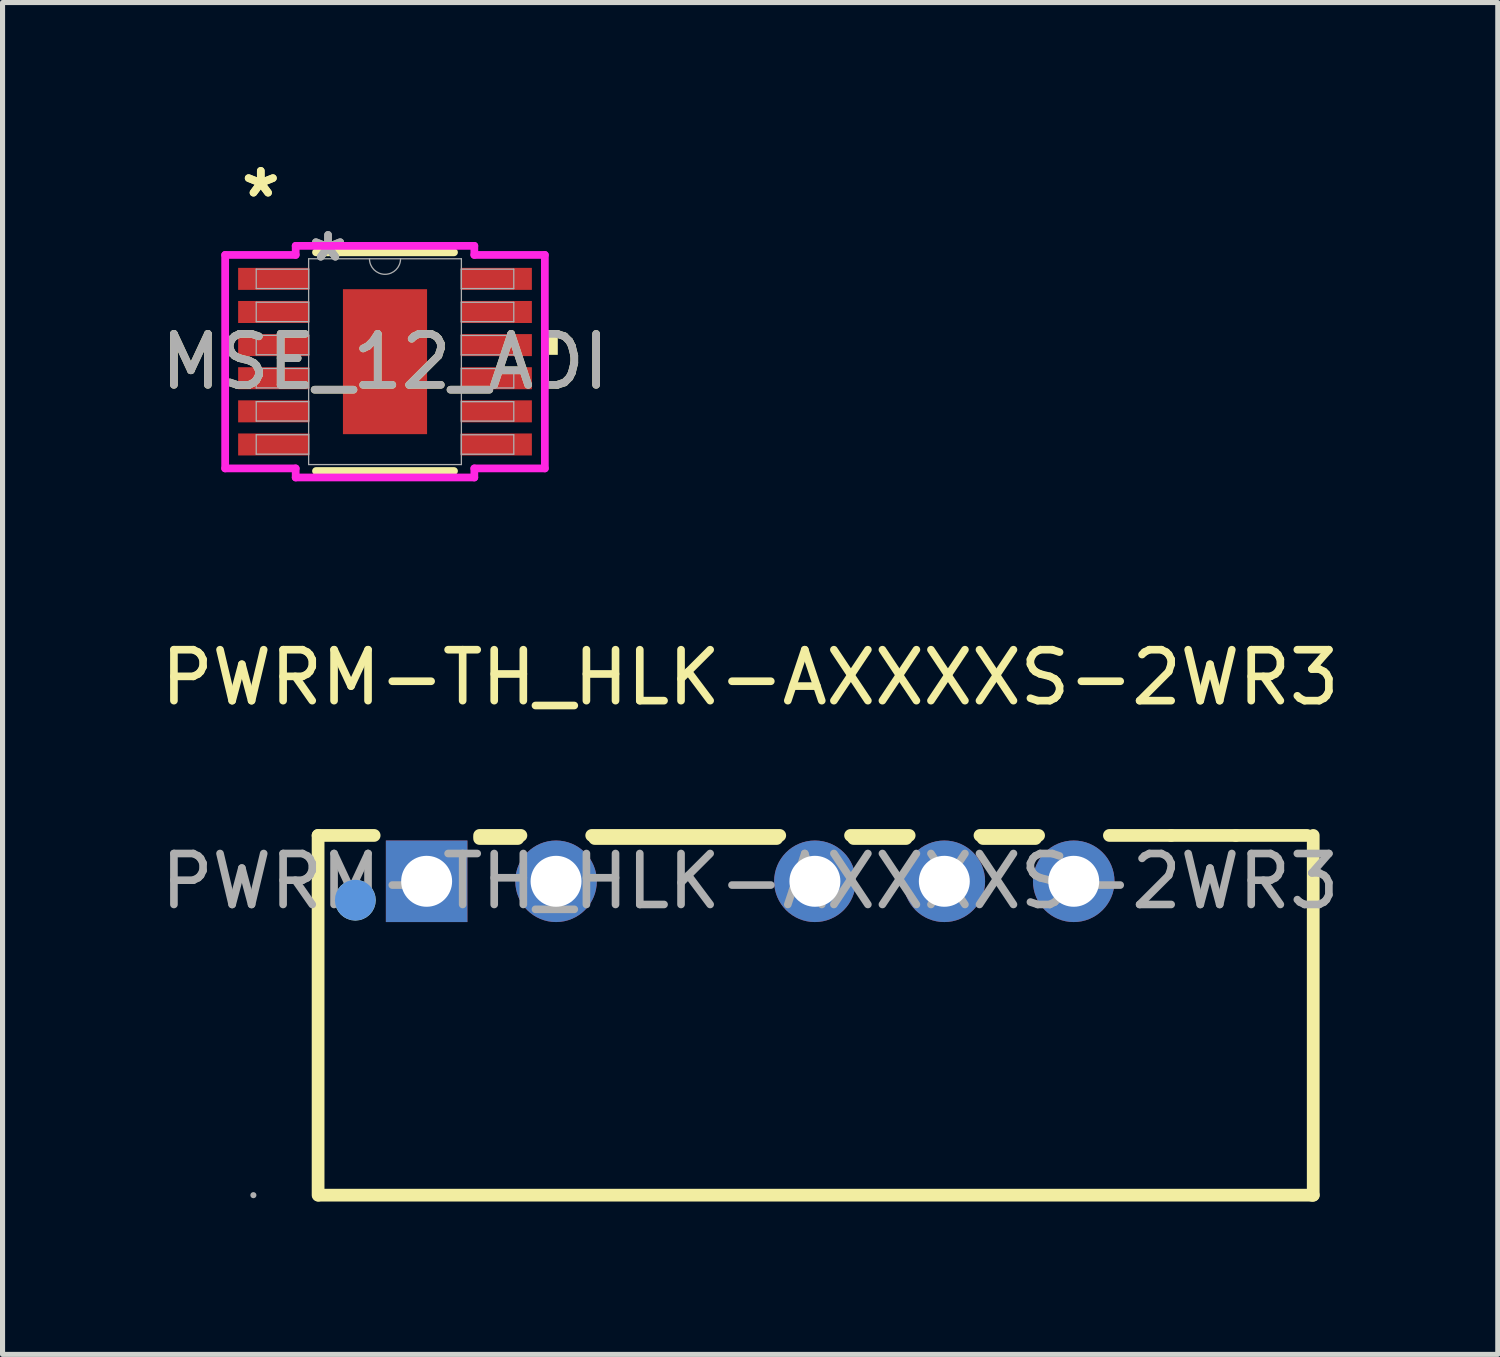
<source format=kicad_pcb>
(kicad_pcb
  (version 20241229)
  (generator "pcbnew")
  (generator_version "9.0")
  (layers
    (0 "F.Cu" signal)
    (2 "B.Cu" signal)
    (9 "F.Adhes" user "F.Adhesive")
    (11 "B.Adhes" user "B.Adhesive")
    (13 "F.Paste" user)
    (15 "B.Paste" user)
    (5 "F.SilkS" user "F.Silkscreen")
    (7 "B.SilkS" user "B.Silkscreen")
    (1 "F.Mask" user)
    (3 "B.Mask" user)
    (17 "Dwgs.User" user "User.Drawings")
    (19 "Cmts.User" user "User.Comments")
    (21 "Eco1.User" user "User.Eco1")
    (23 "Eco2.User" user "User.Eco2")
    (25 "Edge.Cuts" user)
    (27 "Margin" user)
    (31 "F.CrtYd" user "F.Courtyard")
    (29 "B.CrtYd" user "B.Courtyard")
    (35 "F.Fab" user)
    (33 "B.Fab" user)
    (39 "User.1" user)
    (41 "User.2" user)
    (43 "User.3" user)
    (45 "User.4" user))
  (footprint "PWRM-TH_HLK-AXXXXS-2WR3"
    (layer "F.Cu")
    (at 11.673 14.246)
    (property "Reference" "PWRM-TH_HLK-AXXXXS-2WR3" (at 0 -4 0) (layer "F.SilkS") (effects (font (size 1 1) (thickness 0.15))))
    (attr through_hole)
    (fp_line (start -8.48 -0.9) (end -7.38 -0.9) (stroke (width 0.25) (type solid)) (layer "F.SilkS"))
    (fp_line (start -8.48 6.16) (end -8.48 -0.9) (stroke (width 0.25) (type solid)) (layer "F.SilkS"))
    (fp_line (start -8.47 6.16) (end 11.02 6.16) (stroke (width 0.25) (type solid)) (layer "F.SilkS"))
    (fp_line (start -5.31 -0.9) (end -4.5 -0.9) (stroke (width 0.25) (type solid)) (layer "F.SilkS"))
    (fp_line (start -4.56 -0.84) (end -5.31 -0.84) (stroke (width 0.25) (type solid)) (layer "F.SilkS"))
    (fp_line (start -3.11 -0.9) (end 0.58 -0.9) (stroke (width 0.25) (type solid)) (layer "F.SilkS"))
    (fp_line (start 0.52 -0.84) (end -3.05 -0.84) (stroke (width 0.25) (type solid)) (layer "F.SilkS"))
    (fp_line (start 1.97 -0.9) (end 3.12 -0.9) (stroke (width 0.25) (type solid)) (layer "F.SilkS"))
    (fp_line (start 3.06 -0.84) (end 2.03 -0.84) (stroke (width 0.25) (type solid)) (layer "F.SilkS"))
    (fp_line (start 4.51 -0.9) (end 5.66 -0.9) (stroke (width 0.25) (type solid)) (layer "F.SilkS"))
    (fp_line (start 5.6 -0.84) (end 4.57 -0.84) (stroke (width 0.25) (type solid)) (layer "F.SilkS"))
    (fp_line (start 7.05 -0.9) (end 8.26 -0.9) (stroke (width 0.25) (type solid)) (layer "F.SilkS"))
    (fp_line (start 8.26 -0.9) (end 9.53 -0.9) (stroke (width 0.25) (type solid)) (layer "F.SilkS"))
    (fp_line (start 9.53 -0.9) (end 10.93 -0.9) (stroke (width 0.25) (type solid)) (layer "F.SilkS"))
    (fp_line (start 11.02 6.16) (end 11.05 6.16) (stroke (width 0.25) (type solid)) (layer "F.SilkS"))
    (fp_line (start 11.05 6.16) (end 11.05 -0.9) (stroke (width 0.25) (type solid)) (layer "F.SilkS"))
    (fp_circle (center -7.75 0.37) (end -7.55 0.37) (stroke (width 0.4) (type solid)) (fill no) (layer "F.SilkS"))
    (fp_circle (center -7.75 0.37) (end -7.55 0.37) (stroke (width 0.4) (type solid)) (fill no) (layer "Cmts.User"))
    (fp_circle (center -9.75 6.16) (end -9.72 6.16) (stroke (width 0.06) (type solid)) (fill no) (layer "F.Fab"))
    (fp_text user "${REFERENCE}" (at 0 0 0) (layer "F.Fab") (effects (font (size 1 1) (thickness 0.15))))
    (pad "1" thru_hole rect (at -6.35 0) (size 1.6 1.6) (drill 1) (layers "*.Cu" "*.Mask"))
    (pad "2" thru_hole circle (at -3.81 0) (size 1.6 1.6) (drill 1) (layers "*.Cu" "*.Mask"))
    (pad "4" thru_hole circle (at 1.27 0) (size 1.6 1.6) (drill 1) (layers "*.Cu" "*.Mask"))
    (pad "5" thru_hole circle (at 3.81 0) (size 1.6 1.6) (drill 1) (layers "*.Cu" "*.Mask"))
    (pad "6" thru_hole circle (at 6.35 0) (size 1.6 1.6) (drill 1) (layers "*.Cu" "*.Mask")))
  (footprint "MSE_12_ADI"
    (layer "F.Cu")
    (at 4.506 4.048)
    (property "Reference" "MSE_12_ADI" (at 0 0 0) (unlocked yes) (layer "F.SilkS") (effects (font (size 1 1) (thickness 0.15))))
    (attr smd)
    (fp_line (start -1.354 2.146) (end 1.354 2.146) (stroke (width 0.152) (type solid)) (layer "F.SilkS"))
    (fp_line (start 1.354 -2.146) (end -1.354 -2.146) (stroke (width 0.152) (type solid)) (layer "F.SilkS"))
    (fp_poly (pts (xy 3.391 -0.515) (xy 3.391 -0.134) (xy 3.137 -0.134) (xy 3.137 -0.515)) (stroke (width 0) (type solid)) (fill yes) (layer "F.SilkS"))
    (fp_poly (pts (xy -0.726 -1.322) (xy -0.726 -0.1) (xy 0.726 -0.1) (xy 0.726 -1.322)) (stroke (width 0) (type solid)) (fill yes) (layer "F.Paste"))
    (fp_poly (pts (xy -0.726 0.1) (xy -0.726 1.322) (xy 0.726 1.322) (xy 0.726 0.1)) (stroke (width 0) (type solid)) (fill yes) (layer "F.Paste"))
    (fp_line (start -3.137 -2.095) (end -1.753 -2.095) (stroke (width 0.152) (type solid)) (layer "F.CrtYd"))
    (fp_line (start -3.137 2.095) (end -3.137 -2.095) (stroke (width 0.152) (type solid)) (layer "F.CrtYd"))
    (fp_line (start -3.137 2.095) (end -1.753 2.095) (stroke (width 0.152) (type solid)) (layer "F.CrtYd"))
    (fp_line (start -1.753 -2.273) (end 1.753 -2.273) (stroke (width 0.152) (type solid)) (layer "F.CrtYd"))
    (fp_line (start -1.753 -2.095) (end -1.753 -2.273) (stroke (width 0.152) (type solid)) (layer "F.CrtYd"))
    (fp_line (start -1.753 2.273) (end -1.753 2.095) (stroke (width 0.152) (type solid)) (layer "F.CrtYd"))
    (fp_line (start 1.753 -2.273) (end 1.753 -2.095) (stroke (width 0.152) (type solid)) (layer "F.CrtYd"))
    (fp_line (start 1.753 2.095) (end 1.753 2.273) (stroke (width 0.152) (type solid)) (layer "F.CrtYd"))
    (fp_line (start 1.753 2.273) (end -1.753 2.273) (stroke (width 0.152) (type solid)) (layer "F.CrtYd"))
    (fp_line (start 3.137 -2.095) (end 1.753 -2.095) (stroke (width 0.152) (type solid)) (layer "F.CrtYd"))
    (fp_line (start 3.137 -2.095) (end 3.137 2.095) (stroke (width 0.152) (type solid)) (layer "F.CrtYd"))
    (fp_line (start 3.137 2.095) (end 1.753 2.095) (stroke (width 0.152) (type solid)) (layer "F.CrtYd"))
    (fp_line (start -2.527 -1.816) (end -2.527 -1.435) (stroke (width 0.025) (type solid)) (layer "F.Fab"))
    (fp_line (start -2.527 -1.435) (end -1.499 -1.435) (stroke (width 0.025) (type solid)) (layer "F.Fab"))
    (fp_line (start -2.527 -1.166) (end -2.527 -0.785) (stroke (width 0.025) (type solid)) (layer "F.Fab"))
    (fp_line (start -2.527 -0.785) (end -1.499 -0.785) (stroke (width 0.025) (type solid)) (layer "F.Fab"))
    (fp_line (start -2.527 -0.516) (end -2.527 -0.135) (stroke (width 0.025) (type solid)) (layer "F.Fab"))
    (fp_line (start -2.527 -0.135) (end -1.499 -0.135) (stroke (width 0.025) (type solid)) (layer "F.Fab"))
    (fp_line (start -2.527 0.134) (end -2.527 0.515) (stroke (width 0.025) (type solid)) (layer "F.Fab"))
    (fp_line (start -2.527 0.515) (end -1.499 0.515) (stroke (width 0.025) (type solid)) (layer "F.Fab"))
    (fp_line (start -2.527 0.784) (end -2.527 1.165) (stroke (width 0.025) (type solid)) (layer "F.Fab"))
    (fp_line (start -2.527 1.165) (end -1.499 1.165) (stroke (width 0.025) (type solid)) (layer "F.Fab"))
    (fp_line (start -2.527 1.434) (end -2.527 1.815) (stroke (width 0.025) (type solid)) (layer "F.Fab"))
    (fp_line (start -2.527 1.815) (end -1.499 1.815) (stroke (width 0.025) (type solid)) (layer "F.Fab"))
    (fp_line (start -1.499 -2.019) (end -1.499 2.019) (stroke (width 0.025) (type solid)) (layer "F.Fab"))
    (fp_line (start -1.499 -1.816) (end -2.527 -1.816) (stroke (width 0.025) (type solid)) (layer "F.Fab"))
    (fp_line (start -1.499 -1.435) (end -1.499 -1.816) (stroke (width 0.025) (type solid)) (layer "F.Fab"))
    (fp_line (start -1.499 -1.166) (end -2.527 -1.166) (stroke (width 0.025) (type solid)) (layer "F.Fab"))
    (fp_line (start -1.499 -0.785) (end -1.499 -1.166) (stroke (width 0.025) (type solid)) (layer "F.Fab"))
    (fp_line (start -1.499 -0.516) (end -2.527 -0.516) (stroke (width 0.025) (type solid)) (layer "F.Fab"))
    (fp_line (start -1.499 -0.135) (end -1.499 -0.516) (stroke (width 0.025) (type solid)) (layer "F.Fab"))
    (fp_line (start -1.499 0.134) (end -2.527 0.134) (stroke (width 0.025) (type solid)) (layer "F.Fab"))
    (fp_line (start -1.499 0.515) (end -1.499 0.134) (stroke (width 0.025) (type solid)) (layer "F.Fab"))
    (fp_line (start -1.499 0.784) (end -2.527 0.784) (stroke (width 0.025) (type solid)) (layer "F.Fab"))
    (fp_line (start -1.499 1.165) (end -1.499 0.784) (stroke (width 0.025) (type solid)) (layer "F.Fab"))
    (fp_line (start -1.499 1.434) (end -2.527 1.434) (stroke (width 0.025) (type solid)) (layer "F.Fab"))
    (fp_line (start -1.499 1.815) (end -1.499 1.434) (stroke (width 0.025) (type solid)) (layer "F.Fab"))
    (fp_line (start -1.499 2.019) (end 1.499 2.019) (stroke (width 0.025) (type solid)) (layer "F.Fab"))
    (fp_line (start 1.499 -2.019) (end -1.499 -2.019) (stroke (width 0.025) (type solid)) (layer "F.Fab"))
    (fp_line (start 1.499 -1.815) (end 1.499 -1.434) (stroke (width 0.025) (type solid)) (layer "F.Fab"))
    (fp_line (start 1.499 -1.434) (end 2.527 -1.434) (stroke (width 0.025) (type solid)) (layer "F.Fab"))
    (fp_line (start 1.499 -1.165) (end 1.499 -0.784) (stroke (width 0.025) (type solid)) (layer "F.Fab"))
    (fp_line (start 1.499 -0.784) (end 2.527 -0.784) (stroke (width 0.025) (type solid)) (layer "F.Fab"))
    (fp_line (start 1.499 -0.515) (end 1.499 -0.134) (stroke (width 0.025) (type solid)) (layer "F.Fab"))
    (fp_line (start 1.499 -0.134) (end 2.527 -0.134) (stroke (width 0.025) (type solid)) (layer "F.Fab"))
    (fp_line (start 1.499 0.135) (end 1.499 0.516) (stroke (width 0.025) (type solid)) (layer "F.Fab"))
    (fp_line (start 1.499 0.516) (end 2.527 0.516) (stroke (width 0.025) (type solid)) (layer "F.Fab"))
    (fp_line (start 1.499 0.785) (end 1.499 1.166) (stroke (width 0.025) (type solid)) (layer "F.Fab"))
    (fp_line (start 1.499 1.166) (end 2.527 1.166) (stroke (width 0.025) (type solid)) (layer "F.Fab"))
    (fp_line (start 1.499 1.435) (end 1.499 1.816) (stroke (width 0.025) (type solid)) (layer "F.Fab"))
    (fp_line (start 1.499 1.816) (end 2.527 1.816) (stroke (width 0.025) (type solid)) (layer "F.Fab"))
    (fp_line (start 1.499 2.019) (end 1.499 -2.019) (stroke (width 0.025) (type solid)) (layer "F.Fab"))
    (fp_line (start 2.527 -1.815) (end 1.499 -1.815) (stroke (width 0.025) (type solid)) (layer "F.Fab"))
    (fp_line (start 2.527 -1.434) (end 2.527 -1.815) (stroke (width 0.025) (type solid)) (layer "F.Fab"))
    (fp_line (start 2.527 -1.165) (end 1.499 -1.165) (stroke (width 0.025) (type solid)) (layer "F.Fab"))
    (fp_line (start 2.527 -0.784) (end 2.527 -1.165) (stroke (width 0.025) (type solid)) (layer "F.Fab"))
    (fp_line (start 2.527 -0.515) (end 1.499 -0.515) (stroke (width 0.025) (type solid)) (layer "F.Fab"))
    (fp_line (start 2.527 -0.134) (end 2.527 -0.515) (stroke (width 0.025) (type solid)) (layer "F.Fab"))
    (fp_line (start 2.527 0.135) (end 1.499 0.135) (stroke (width 0.025) (type solid)) (layer "F.Fab"))
    (fp_line (start 2.527 0.516) (end 2.527 0.135) (stroke (width 0.025) (type solid)) (layer "F.Fab"))
    (fp_line (start 2.527 0.785) (end 1.499 0.785) (stroke (width 0.025) (type solid)) (layer "F.Fab"))
    (fp_line (start 2.527 1.166) (end 2.527 0.785) (stroke (width 0.025) (type solid)) (layer "F.Fab"))
    (fp_line (start 2.527 1.435) (end 1.499 1.435) (stroke (width 0.025) (type solid)) (layer "F.Fab"))
    (fp_line (start 2.527 1.816) (end 2.527 1.435) (stroke (width 0.025) (type solid)) (layer "F.Fab"))
    (fp_arc (start 0.3048 -2.0193) (mid 0 -1.7145) (end -0.3048 -2.0193) (stroke (width 0.0254) (type solid)) (layer "F.Fab"))
    (fp_text user "*" (at -2.438 -3.2 0) (layer "F.SilkS") (effects (font (size 1 1) (thickness 0.15))))
    (fp_text user "*" (at -2.438 -3.2 0) (unlocked yes) (layer "F.SilkS") (effects (font (size 1 1) (thickness 0.15))))
    (fp_text user "*" (at -1.118 -1.943 0) (layer "F.Fab") (effects (font (size 1 1) (thickness 0.15))))
    (fp_text user "${REFERENCE}" (at 0 0 0) (unlocked yes) (layer "F.Fab") (effects (font (size 1 1) (thickness 0.15))))
    (fp_text user "*" (at -1.118 -1.943 0) (unlocked yes) (layer "F.Fab") (effects (font (size 1 1) (thickness 0.15))))
    (pad "1" smd rect (at -2.184 -1.625) (size 1.397 0.432) (layers "F.Cu" "F.Mask" "F.Paste"))
    (pad "2" smd rect (at -2.184 -0.975) (size 1.397 0.432) (layers "F.Cu" "F.Mask" "F.Paste"))
    (pad "3" smd rect (at -2.184 -0.325) (size 1.397 0.432) (layers "F.Cu" "F.Mask" "F.Paste"))
    (pad "4" smd rect (at -2.184 0.325) (size 1.397 0.432) (layers "F.Cu" "F.Mask" "F.Paste"))
    (pad "5" smd rect (at -2.184 0.975) (size 1.397 0.432) (layers "F.Cu" "F.Mask" "F.Paste"))
    (pad "6" smd rect (at -2.184 1.625) (size 1.397 0.432) (layers "F.Cu" "F.Mask" "F.Paste"))
    (pad "7" smd rect (at 2.184 1.625) (size 1.397 0.432) (layers "F.Cu" "F.Mask" "F.Paste"))
    (pad "8" smd rect (at 2.184 0.975) (size 1.397 0.432) (layers "F.Cu" "F.Mask" "F.Paste"))
    (pad "9" smd rect (at 2.184 0.325) (size 1.397 0.432) (layers "F.Cu" "F.Mask" "F.Paste"))
    (pad "10" smd rect (at 2.184 -0.325) (size 1.397 0.432) (layers "F.Cu" "F.Mask" "F.Paste"))
    (pad "11" smd rect (at 2.184 -0.975) (size 1.397 0.432) (layers "F.Cu" "F.Mask" "F.Paste"))
    (pad "12" smd rect (at 2.184 -1.625) (size 1.397 0.432) (layers "F.Cu" "F.Mask" "F.Paste"))
    (pad "EPAD" smd rect (at 0 0) (size 1.651 2.845) (layers "F.Cu" "F.Mask")))
  (gr_rect
    (start -3 -3)
    (end 26.345 23.531)
    (stroke (width 0.1) (type default))
    (fill no)
    (layer "Edge.Cuts")))
</source>
